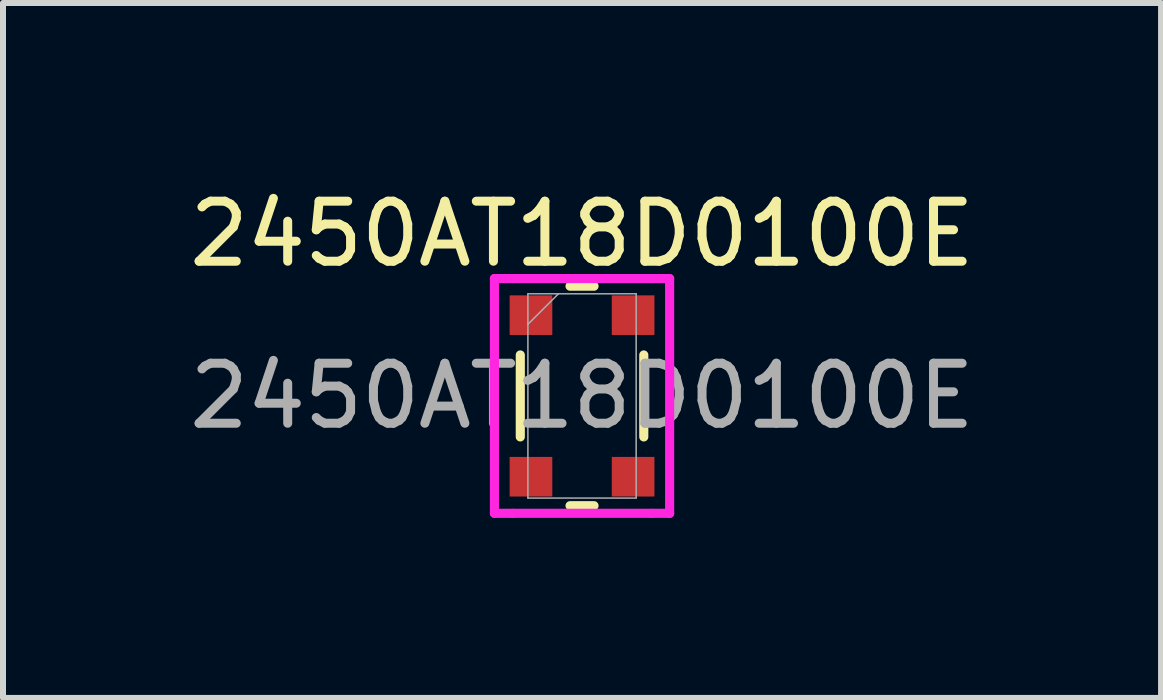
<source format=kicad_pcb>
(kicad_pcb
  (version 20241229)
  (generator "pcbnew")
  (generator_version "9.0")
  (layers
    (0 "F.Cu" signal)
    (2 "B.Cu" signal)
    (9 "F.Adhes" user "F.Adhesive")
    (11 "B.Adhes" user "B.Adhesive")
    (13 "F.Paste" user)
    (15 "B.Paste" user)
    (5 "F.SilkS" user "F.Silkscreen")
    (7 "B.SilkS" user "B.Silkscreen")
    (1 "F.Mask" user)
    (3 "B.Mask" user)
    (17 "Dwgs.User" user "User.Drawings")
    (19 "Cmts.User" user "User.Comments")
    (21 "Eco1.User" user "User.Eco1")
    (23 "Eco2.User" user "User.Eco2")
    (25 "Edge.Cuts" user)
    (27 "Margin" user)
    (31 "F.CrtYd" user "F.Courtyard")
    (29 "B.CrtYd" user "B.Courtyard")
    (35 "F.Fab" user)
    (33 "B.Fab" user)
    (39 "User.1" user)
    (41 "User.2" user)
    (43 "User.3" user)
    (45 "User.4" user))
  (footprint "2450AT18D0100E"
    (layer "F.Cu")
    (at 6.649 3.548)
    (property "Reference" "2450AT18D0100E" (at 0 -2.7 0) (unlocked yes) (layer "F.SilkS") (effects (font (size 1 1) (thickness 0.15))))
    (attr smd)
    (fp_line (start -1.029 -0.683) (end -1.029 0.683) (stroke (width 0.152) (type solid)) (layer "F.SilkS"))
    (fp_line (start -0.2 1.829) (end 0.2 1.829) (stroke (width 0.152) (type solid)) (layer "F.SilkS"))
    (fp_line (start 0.2 -1.829) (end -0.2 -1.829) (stroke (width 0.152) (type solid)) (layer "F.SilkS"))
    (fp_line (start 1.029 0.683) (end 1.029 -0.683) (stroke (width 0.152) (type solid)) (layer "F.SilkS"))
    (fp_line (start -1.46 -1.956) (end -1.156 -1.956) (stroke (width 0.152) (type solid)) (layer "F.CrtYd"))
    (fp_line (start -1.46 1.956) (end -1.46 -1.956) (stroke (width 0.152) (type solid)) (layer "F.CrtYd"))
    (fp_line (start -1.46 1.956) (end -1.156 1.956) (stroke (width 0.152) (type solid)) (layer "F.CrtYd"))
    (fp_line (start -1.156 -1.956) (end 1.156 -1.956) (stroke (width 0.152) (type solid)) (layer "F.CrtYd"))
    (fp_line (start 1.156 1.956) (end -1.156 1.956) (stroke (width 0.152) (type solid)) (layer "F.CrtYd"))
    (fp_line (start 1.46 -1.956) (end 1.156 -1.956) (stroke (width 0.152) (type solid)) (layer "F.CrtYd"))
    (fp_line (start 1.46 -1.956) (end 1.46 1.956) (stroke (width 0.152) (type solid)) (layer "F.CrtYd"))
    (fp_line (start 1.46 1.956) (end 1.156 1.956) (stroke (width 0.152) (type solid)) (layer "F.CrtYd"))
    (fp_line (start -0.902 -1.702) (end -0.902 1.702) (stroke (width 0.025) (type solid)) (layer "F.Fab"))
    (fp_line (start -0.902 1.702) (end 0.902 1.702) (stroke (width 0.025) (type solid)) (layer "F.Fab"))
    (fp_line (start -0.394 -1.702) (end -0.902 -1.194) (stroke (width 0.025) (type solid)) (layer "F.Fab"))
    (fp_line (start 0.902 -1.702) (end -0.902 -1.702) (stroke (width 0.025) (type solid)) (layer "F.Fab"))
    (fp_line (start 0.902 1.702) (end 0.902 -1.702) (stroke (width 0.025) (type solid)) (layer "F.Fab"))
    (fp_text user "${REFERENCE}" (at 0 0 0) (unlocked yes) (layer "F.Fab") (effects (font (size 1 1) (thickness 0.15))))
    (pad "1" smd rect (at -0.851 -1.346) (size 0.711 0.66) (layers "F.Cu" "F.Mask" "F.Paste"))
    (pad "2" smd rect (at -0.851 1.346) (size 0.711 0.66) (layers "F.Cu" "F.Mask" "F.Paste"))
    (pad "3" smd rect (at 0.851 1.346) (size 0.711 0.66) (layers "F.Cu" "F.Mask" "F.Paste"))
    (pad "4" smd rect (at 0.851 -1.346) (size 0.711 0.66) (layers "F.Cu" "F.Mask" "F.Paste")))
  (gr_rect
    (start -3 -3)
    (end 16.298 8.58)
    (stroke (width 0.1) (type default))
    (fill no)
    (layer "Edge.Cuts")))
</source>
